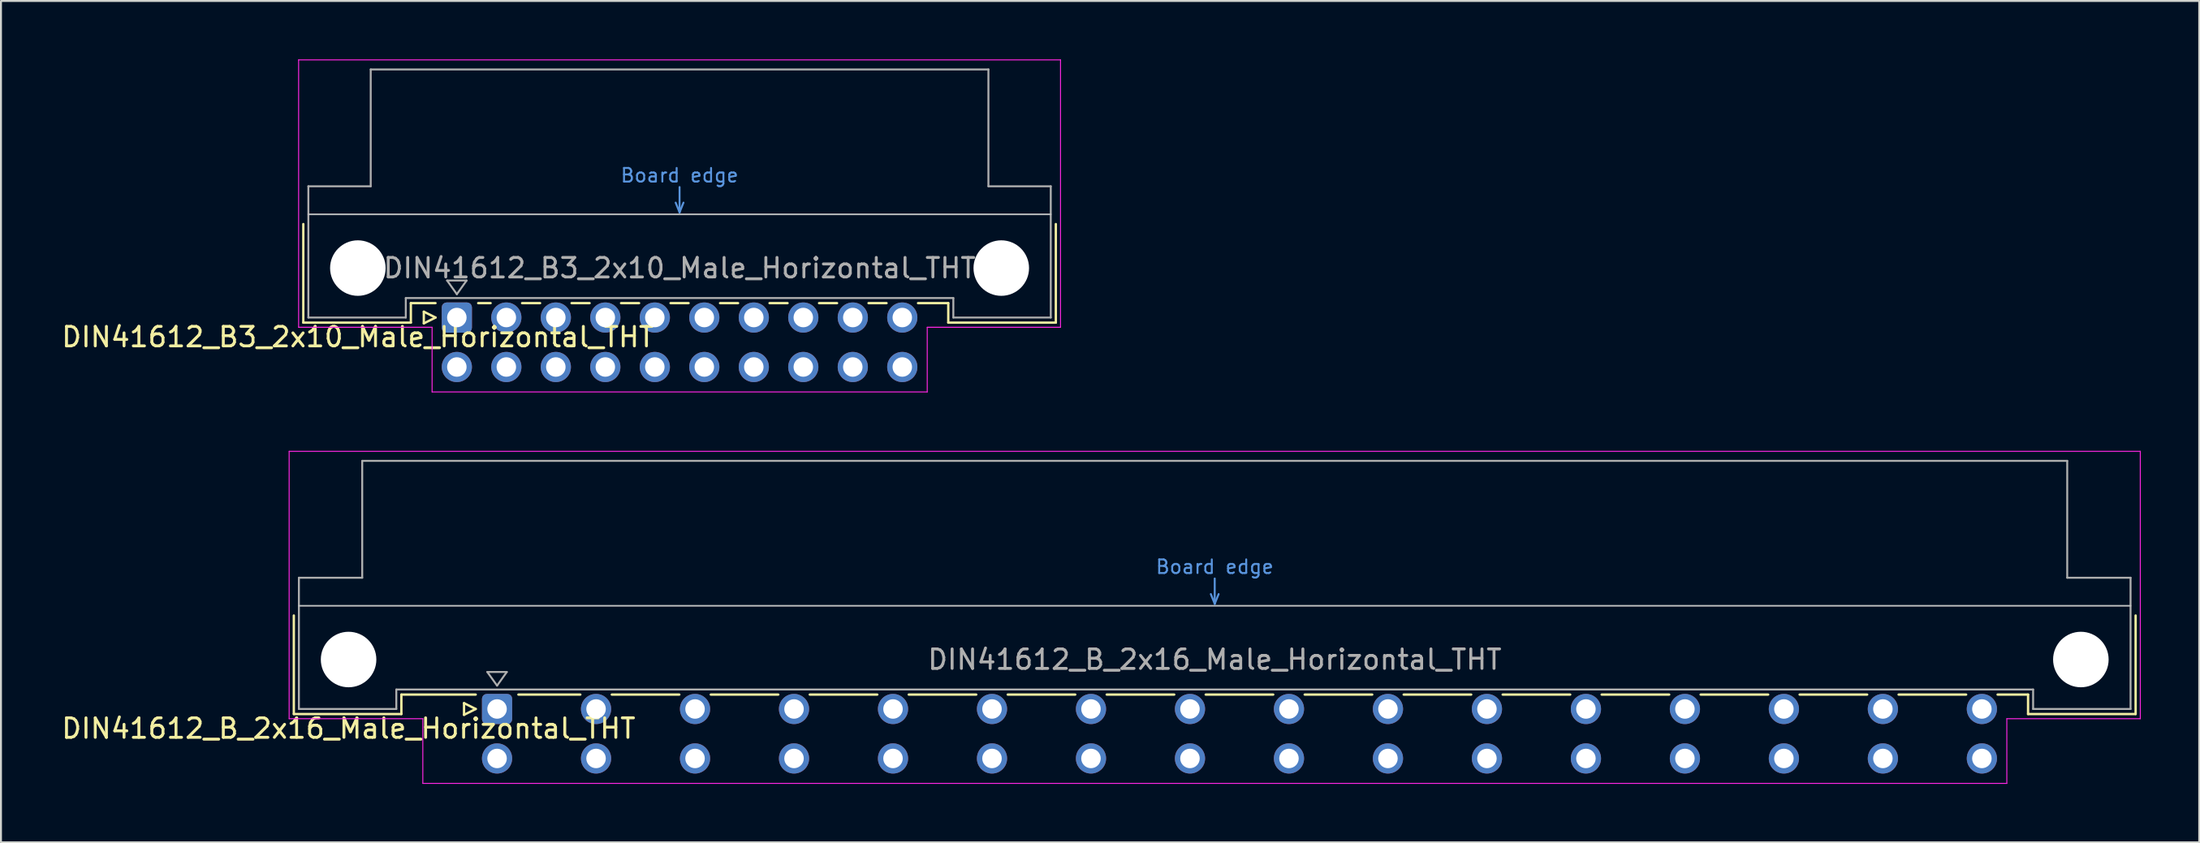
<source format=kicad_pcb>
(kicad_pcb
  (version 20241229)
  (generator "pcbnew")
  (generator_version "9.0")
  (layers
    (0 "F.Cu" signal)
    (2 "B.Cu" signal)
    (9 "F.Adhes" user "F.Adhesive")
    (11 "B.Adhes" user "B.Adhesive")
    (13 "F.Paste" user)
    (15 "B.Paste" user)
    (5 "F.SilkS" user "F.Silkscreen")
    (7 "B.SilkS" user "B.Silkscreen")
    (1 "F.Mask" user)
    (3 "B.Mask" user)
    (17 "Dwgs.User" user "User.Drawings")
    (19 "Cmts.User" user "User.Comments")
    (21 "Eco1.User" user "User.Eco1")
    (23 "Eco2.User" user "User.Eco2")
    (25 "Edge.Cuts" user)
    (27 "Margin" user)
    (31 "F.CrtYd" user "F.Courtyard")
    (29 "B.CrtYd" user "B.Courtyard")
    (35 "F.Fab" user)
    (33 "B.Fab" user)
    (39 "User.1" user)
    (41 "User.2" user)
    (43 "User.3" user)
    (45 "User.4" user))
  (footprint "DIN41612_B_2x16_Male_Horizontal_THT"
    (layer "F.Cu")
    (at 19.919 33.355)
    (property "Reference" "DIN41612_B_2x16_Male_Horizontal_THT" (at -5.08 1 0) (layer "F.SilkS") (effects (font (size 1 1) (thickness 0.15))))
    (attr through_hole)
    (fp_line (start -7.89 -4.8) (end -7.89 0.26) (stroke (width 0.12) (type solid)) (layer "F.SilkS"))
    (fp_line (start -7.89 0.26) (end -2.37 0.26) (stroke (width 0.12) (type solid)) (layer "F.SilkS"))
    (fp_line (start -2.37 -0.74) (end 1.445 -0.74) (stroke (width 0.12) (type solid)) (layer "F.SilkS"))
    (fp_line (start -2.37 0.26) (end -2.37 -0.74) (stroke (width 0.12) (type solid)) (layer "F.SilkS"))
    (fp_line (start 0.845 -0.3) (end 0.845 0.3) (stroke (width 0.12) (type solid)) (layer "F.SilkS"))
    (fp_line (start 0.845 0.3) (end 1.445 0) (stroke (width 0.12) (type solid)) (layer "F.SilkS"))
    (fp_line (start 1.445 0) (end 0.845 -0.3) (stroke (width 0.12) (type solid)) (layer "F.SilkS"))
    (fp_line (start 3.635 -0.74) (end 6.813 -0.74) (stroke (width 0.12) (type solid)) (layer "F.SilkS"))
    (fp_line (start 8.427 -0.74) (end 11.893 -0.74) (stroke (width 0.12) (type solid)) (layer "F.SilkS"))
    (fp_line (start 13.507 -0.74) (end 16.973 -0.74) (stroke (width 0.12) (type solid)) (layer "F.SilkS"))
    (fp_line (start 18.587 -0.74) (end 22.053 -0.74) (stroke (width 0.12) (type solid)) (layer "F.SilkS"))
    (fp_line (start 23.667 -0.74) (end 27.133 -0.74) (stroke (width 0.12) (type solid)) (layer "F.SilkS"))
    (fp_line (start 28.747 -0.74) (end 32.213 -0.74) (stroke (width 0.12) (type solid)) (layer "F.SilkS"))
    (fp_line (start 33.827 -0.74) (end 37.293 -0.74) (stroke (width 0.12) (type solid)) (layer "F.SilkS"))
    (fp_line (start 38.907 -0.74) (end 42.373 -0.74) (stroke (width 0.12) (type solid)) (layer "F.SilkS"))
    (fp_line (start 43.987 -0.74) (end 47.453 -0.74) (stroke (width 0.12) (type solid)) (layer "F.SilkS"))
    (fp_line (start 49.067 -0.74) (end 52.533 -0.74) (stroke (width 0.12) (type solid)) (layer "F.SilkS"))
    (fp_line (start 54.147 -0.74) (end 57.613 -0.74) (stroke (width 0.12) (type solid)) (layer "F.SilkS"))
    (fp_line (start 59.227 -0.74) (end 62.693 -0.74) (stroke (width 0.12) (type solid)) (layer "F.SilkS"))
    (fp_line (start 64.307 -0.74) (end 67.773 -0.74) (stroke (width 0.12) (type solid)) (layer "F.SilkS"))
    (fp_line (start 69.387 -0.74) (end 72.853 -0.74) (stroke (width 0.12) (type solid)) (layer "F.SilkS"))
    (fp_line (start 74.467 -0.74) (end 77.933 -0.74) (stroke (width 0.12) (type solid)) (layer "F.SilkS"))
    (fp_line (start 79.547 -0.74) (end 81.11 -0.74) (stroke (width 0.12) (type solid)) (layer "F.SilkS"))
    (fp_line (start 81.11 0.26) (end 81.11 -0.74) (stroke (width 0.12) (type solid)) (layer "F.SilkS"))
    (fp_line (start 86.63 -4.8) (end 86.63 0.26) (stroke (width 0.12) (type solid)) (layer "F.SilkS"))
    (fp_line (start 86.63 0.26) (end 81.11 0.26) (stroke (width 0.12) (type solid)) (layer "F.SilkS"))
    (fp_line (start -7.63 -5.3) (end 86.37 -5.3) (stroke (width 0.08) (type solid)) (layer "Dwgs.User"))
    (fp_line (start 39.17 -5.9) (end 39.37 -5.4) (stroke (width 0.1) (type solid)) (layer "Cmts.User"))
    (fp_line (start 39.37 -5.4) (end 39.37 -6.7) (stroke (width 0.1) (type solid)) (layer "Cmts.User"))
    (fp_line (start 39.37 -5.4) (end 39.57 -5.9) (stroke (width 0.1) (type solid)) (layer "Cmts.User"))
    (fp_line (start -8.13 -13.23) (end -8.13 0.5) (stroke (width 0.05) (type solid)) (layer "F.CrtYd"))
    (fp_line (start -8.13 0.5) (end -1.27 0.5) (stroke (width 0.05) (type solid)) (layer "F.CrtYd"))
    (fp_line (start -1.27 0.5) (end -1.27 3.82) (stroke (width 0.05) (type solid)) (layer "F.CrtYd"))
    (fp_line (start -1.27 3.82) (end 80.02 3.82) (stroke (width 0.05) (type solid)) (layer "F.CrtYd"))
    (fp_line (start 80.02 0.5) (end 86.87 0.5) (stroke (width 0.05) (type solid)) (layer "F.CrtYd"))
    (fp_line (start 80.02 3.82) (end 80.02 0.5) (stroke (width 0.05) (type solid)) (layer "F.CrtYd"))
    (fp_line (start 86.87 -13.23) (end -8.13 -13.23) (stroke (width 0.05) (type solid)) (layer "F.CrtYd"))
    (fp_line (start 86.87 0.5) (end 86.87 -13.23) (stroke (width 0.05) (type solid)) (layer "F.CrtYd"))
    (fp_line (start -7.63 -6.74) (end -7.63 0) (stroke (width 0.1) (type solid)) (layer "F.Fab"))
    (fp_line (start -7.63 0) (end -2.63 0) (stroke (width 0.1) (type solid)) (layer "F.Fab"))
    (fp_line (start -4.38 -12.74) (end -4.38 -6.74) (stroke (width 0.1) (type solid)) (layer "F.Fab"))
    (fp_line (start -4.38 -6.74) (end -7.63 -6.74) (stroke (width 0.1) (type solid)) (layer "F.Fab"))
    (fp_line (start -2.63 -1) (end 81.37 -1) (stroke (width 0.1) (type solid)) (layer "F.Fab"))
    (fp_line (start -2.63 0) (end -2.63 -1) (stroke (width 0.1) (type solid)) (layer "F.Fab"))
    (fp_line (start 2.04 -1.9) (end 3.04 -1.9) (stroke (width 0.1) (type solid)) (layer "F.Fab"))
    (fp_line (start 2.54 -1.2) (end 2.04 -1.9) (stroke (width 0.1) (type solid)) (layer "F.Fab"))
    (fp_line (start 3.04 -1.9) (end 2.54 -1.2) (stroke (width 0.1) (type solid)) (layer "F.Fab"))
    (fp_line (start 81.37 -1) (end 81.37 0) (stroke (width 0.1) (type solid)) (layer "F.Fab"))
    (fp_line (start 81.37 0) (end 86.37 0) (stroke (width 0.1) (type solid)) (layer "F.Fab"))
    (fp_line (start 83.12 -12.74) (end -4.38 -12.74) (stroke (width 0.1) (type solid)) (layer "F.Fab"))
    (fp_line (start 83.12 -6.74) (end 83.12 -12.74) (stroke (width 0.1) (type solid)) (layer "F.Fab"))
    (fp_line (start 86.37 -6.74) (end 83.12 -6.74) (stroke (width 0.1) (type solid)) (layer "F.Fab"))
    (fp_line (start 86.37 0) (end 86.37 -6.74) (stroke (width 0.1) (type solid)) (layer "F.Fab"))
    (fp_text user "Board edge" (at 39.37 -7.3 0) (layer "Cmts.User") (effects (font (size 0.7 0.7) (thickness 0.1))))
    (fp_text user "${REFERENCE}" (at 39.37 -2.54 0) (layer "F.Fab") (effects (font (size 1 1) (thickness 0.15))))
    (pad "" np_thru_hole circle (at -5.08 -2.54) (size 2.85 2.85) (drill 2.85) (layers "*.Cu" "*.Mask"))
    (pad "" np_thru_hole circle (at 83.82 -2.54) (size 2.85 2.85) (drill 2.85) (layers "*.Cu" "*.Mask"))
    (pad "a2" thru_hole roundrect (at 2.54 0) (size 1.55 1.55) (drill 1) (layers "*.Cu" "*.Mask") (roundrect_rratio 0.161))
    (pad "a4" thru_hole circle (at 7.62 0) (size 1.55 1.55) (drill 1) (layers "*.Cu" "*.Mask"))
    (pad "a6" thru_hole circle (at 12.7 0) (size 1.55 1.55) (drill 1) (layers "*.Cu" "*.Mask"))
    (pad "a8" thru_hole circle (at 17.78 0) (size 1.55 1.55) (drill 1) (layers "*.Cu" "*.Mask"))
    (pad "a10" thru_hole circle (at 22.86 0) (size 1.55 1.55) (drill 1) (layers "*.Cu" "*.Mask"))
    (pad "a12" thru_hole circle (at 27.94 0) (size 1.55 1.55) (drill 1) (layers "*.Cu" "*.Mask"))
    (pad "a14" thru_hole circle (at 33.02 0) (size 1.55 1.55) (drill 1) (layers "*.Cu" "*.Mask"))
    (pad "a16" thru_hole circle (at 38.1 0) (size 1.55 1.55) (drill 1) (layers "*.Cu" "*.Mask"))
    (pad "a18" thru_hole circle (at 43.18 0) (size 1.55 1.55) (drill 1) (layers "*.Cu" "*.Mask"))
    (pad "a20" thru_hole circle (at 48.26 0) (size 1.55 1.55) (drill 1) (layers "*.Cu" "*.Mask"))
    (pad "a22" thru_hole circle (at 53.34 0) (size 1.55 1.55) (drill 1) (layers "*.Cu" "*.Mask"))
    (pad "a24" thru_hole circle (at 58.42 0) (size 1.55 1.55) (drill 1) (layers "*.Cu" "*.Mask"))
    (pad "a26" thru_hole circle (at 63.5 0) (size 1.55 1.55) (drill 1) (layers "*.Cu" "*.Mask"))
    (pad "a28" thru_hole circle (at 68.58 0) (size 1.55 1.55) (drill 1) (layers "*.Cu" "*.Mask"))
    (pad "a30" thru_hole circle (at 73.66 0) (size 1.55 1.55) (drill 1) (layers "*.Cu" "*.Mask"))
    (pad "a32" thru_hole circle (at 78.74 0) (size 1.55 1.55) (drill 1) (layers "*.Cu" "*.Mask"))
    (pad "b2" thru_hole circle (at 2.54 2.54) (size 1.55 1.55) (drill 1) (layers "*.Cu" "*.Mask"))
    (pad "b4" thru_hole circle (at 7.62 2.54) (size 1.55 1.55) (drill 1) (layers "*.Cu" "*.Mask"))
    (pad "b6" thru_hole circle (at 12.7 2.54) (size 1.55 1.55) (drill 1) (layers "*.Cu" "*.Mask"))
    (pad "b8" thru_hole circle (at 17.78 2.54) (size 1.55 1.55) (drill 1) (layers "*.Cu" "*.Mask"))
    (pad "b10" thru_hole circle (at 22.86 2.54) (size 1.55 1.55) (drill 1) (layers "*.Cu" "*.Mask"))
    (pad "b12" thru_hole circle (at 27.94 2.54) (size 1.55 1.55) (drill 1) (layers "*.Cu" "*.Mask"))
    (pad "b14" thru_hole circle (at 33.02 2.54) (size 1.55 1.55) (drill 1) (layers "*.Cu" "*.Mask"))
    (pad "b16" thru_hole circle (at 38.1 2.54) (size 1.55 1.55) (drill 1) (layers "*.Cu" "*.Mask"))
    (pad "b18" thru_hole circle (at 43.18 2.54) (size 1.55 1.55) (drill 1) (layers "*.Cu" "*.Mask"))
    (pad "b20" thru_hole circle (at 48.26 2.54) (size 1.55 1.55) (drill 1) (layers "*.Cu" "*.Mask"))
    (pad "b22" thru_hole circle (at 53.34 2.54) (size 1.55 1.55) (drill 1) (layers "*.Cu" "*.Mask"))
    (pad "b24" thru_hole circle (at 58.42 2.54) (size 1.55 1.55) (drill 1) (layers "*.Cu" "*.Mask"))
    (pad "b26" thru_hole circle (at 63.5 2.54) (size 1.55 1.55) (drill 1) (layers "*.Cu" "*.Mask"))
    (pad "b28" thru_hole circle (at 68.58 2.54) (size 1.55 1.55) (drill 1) (layers "*.Cu" "*.Mask"))
    (pad "b30" thru_hole circle (at 73.66 2.54) (size 1.55 1.55) (drill 1) (layers "*.Cu" "*.Mask"))
    (pad "b32" thru_hole circle (at 78.74 2.54) (size 1.55 1.55) (drill 1) (layers "*.Cu" "*.Mask")))
  (footprint "DIN41612_B3_2x10_Male_Horizontal_THT"
    (layer "F.Cu")
    (at 20.395 13.255)
    (property "Reference" "DIN41612_B3_2x10_Male_Horizontal_THT" (at -5.08 1 0) (layer "F.SilkS") (effects (font (size 1 1) (thickness 0.15))))
    (attr through_hole)
    (fp_line (start -7.88 -4.8) (end -7.88 0.26) (stroke (width 0.12) (type solid)) (layer "F.SilkS"))
    (fp_line (start -7.88 0.26) (end -2.36 0.26) (stroke (width 0.12) (type solid)) (layer "F.SilkS"))
    (fp_line (start -2.36 -0.74) (end -1.095 -0.74) (stroke (width 0.12) (type solid)) (layer "F.SilkS"))
    (fp_line (start -2.36 0.26) (end -2.36 -0.74) (stroke (width 0.12) (type solid)) (layer "F.SilkS"))
    (fp_line (start -1.695 -0.3) (end -1.695 0.3) (stroke (width 0.12) (type solid)) (layer "F.SilkS"))
    (fp_line (start -1.695 0.3) (end -1.095 0) (stroke (width 0.12) (type solid)) (layer "F.SilkS"))
    (fp_line (start -1.095 0) (end -1.695 -0.3) (stroke (width 0.12) (type solid)) (layer "F.SilkS"))
    (fp_line (start 1.095 -0.74) (end 1.733 -0.74) (stroke (width 0.12) (type solid)) (layer "F.SilkS"))
    (fp_line (start 3.347 -0.74) (end 4.273 -0.74) (stroke (width 0.12) (type solid)) (layer "F.SilkS"))
    (fp_line (start 5.887 -0.74) (end 6.813 -0.74) (stroke (width 0.12) (type solid)) (layer "F.SilkS"))
    (fp_line (start 8.427 -0.74) (end 9.353 -0.74) (stroke (width 0.12) (type solid)) (layer "F.SilkS"))
    (fp_line (start 10.967 -0.74) (end 11.893 -0.74) (stroke (width 0.12) (type solid)) (layer "F.SilkS"))
    (fp_line (start 13.507 -0.74) (end 14.433 -0.74) (stroke (width 0.12) (type solid)) (layer "F.SilkS"))
    (fp_line (start 16.047 -0.74) (end 16.973 -0.74) (stroke (width 0.12) (type solid)) (layer "F.SilkS"))
    (fp_line (start 18.587 -0.74) (end 19.513 -0.74) (stroke (width 0.12) (type solid)) (layer "F.SilkS"))
    (fp_line (start 21.127 -0.74) (end 22.053 -0.74) (stroke (width 0.12) (type solid)) (layer "F.SilkS"))
    (fp_line (start 23.667 -0.74) (end 25.22 -0.74) (stroke (width 0.12) (type solid)) (layer "F.SilkS"))
    (fp_line (start 25.22 0.26) (end 25.22 -0.74) (stroke (width 0.12) (type solid)) (layer "F.SilkS"))
    (fp_line (start 30.74 -4.8) (end 30.74 0.26) (stroke (width 0.12) (type solid)) (layer "F.SilkS"))
    (fp_line (start 30.74 0.26) (end 25.22 0.26) (stroke (width 0.12) (type solid)) (layer "F.SilkS"))
    (fp_line (start -7.62 -5.3) (end 30.48 -5.3) (stroke (width 0.08) (type solid)) (layer "Dwgs.User"))
    (fp_line (start 11.23 -5.9) (end 11.43 -5.4) (stroke (width 0.1) (type solid)) (layer "Cmts.User"))
    (fp_line (start 11.43 -5.4) (end 11.43 -6.7) (stroke (width 0.1) (type solid)) (layer "Cmts.User"))
    (fp_line (start 11.43 -5.4) (end 11.63 -5.9) (stroke (width 0.1) (type solid)) (layer "Cmts.User"))
    (fp_line (start -8.12 -13.23) (end -8.12 0.5) (stroke (width 0.05) (type solid)) (layer "F.CrtYd"))
    (fp_line (start -8.12 0.5) (end -1.27 0.5) (stroke (width 0.05) (type solid)) (layer "F.CrtYd"))
    (fp_line (start -1.27 0.5) (end -1.27 3.82) (stroke (width 0.05) (type solid)) (layer "F.CrtYd"))
    (fp_line (start -1.27 3.82) (end 24.14 3.82) (stroke (width 0.05) (type solid)) (layer "F.CrtYd"))
    (fp_line (start 24.14 0.5) (end 30.98 0.5) (stroke (width 0.05) (type solid)) (layer "F.CrtYd"))
    (fp_line (start 24.14 3.82) (end 24.14 0.5) (stroke (width 0.05) (type solid)) (layer "F.CrtYd"))
    (fp_line (start 30.98 -13.23) (end -8.12 -13.23) (stroke (width 0.05) (type solid)) (layer "F.CrtYd"))
    (fp_line (start 30.98 0.5) (end 30.98 -13.23) (stroke (width 0.05) (type solid)) (layer "F.CrtYd"))
    (fp_line (start -7.62 -6.74) (end -7.62 0) (stroke (width 0.1) (type solid)) (layer "F.Fab"))
    (fp_line (start -7.62 0) (end -2.62 0) (stroke (width 0.1) (type solid)) (layer "F.Fab"))
    (fp_line (start -4.42 -12.74) (end -4.42 -6.74) (stroke (width 0.1) (type solid)) (layer "F.Fab"))
    (fp_line (start -4.42 -6.74) (end -7.62 -6.74) (stroke (width 0.1) (type solid)) (layer "F.Fab"))
    (fp_line (start -2.62 -1) (end 25.48 -1) (stroke (width 0.1) (type solid)) (layer "F.Fab"))
    (fp_line (start -2.62 0) (end -2.62 -1) (stroke (width 0.1) (type solid)) (layer "F.Fab"))
    (fp_line (start -0.5 -1.9) (end 0.5 -1.9) (stroke (width 0.1) (type solid)) (layer "F.Fab"))
    (fp_line (start 0 -1.2) (end -0.5 -1.9) (stroke (width 0.1) (type solid)) (layer "F.Fab"))
    (fp_line (start 0.5 -1.9) (end 0 -1.2) (stroke (width 0.1) (type solid)) (layer "F.Fab"))
    (fp_line (start 25.48 -1) (end 25.48 0) (stroke (width 0.1) (type solid)) (layer "F.Fab"))
    (fp_line (start 25.48 0) (end 30.48 0) (stroke (width 0.1) (type solid)) (layer "F.Fab"))
    (fp_line (start 27.28 -12.74) (end -4.42 -12.74) (stroke (width 0.1) (type solid)) (layer "F.Fab"))
    (fp_line (start 27.28 -6.74) (end 27.28 -12.74) (stroke (width 0.1) (type solid)) (layer "F.Fab"))
    (fp_line (start 30.48 -6.74) (end 27.28 -6.74) (stroke (width 0.1) (type solid)) (layer "F.Fab"))
    (fp_line (start 30.48 0) (end 30.48 -6.74) (stroke (width 0.1) (type solid)) (layer "F.Fab"))
    (fp_text user "Board edge" (at 11.43 -7.3 0) (layer "Cmts.User") (effects (font (size 0.7 0.7) (thickness 0.1))))
    (fp_text user "${REFERENCE}" (at 11.43 -2.54 0) (layer "F.Fab") (effects (font (size 1 1) (thickness 0.15))))
    (pad "" np_thru_hole circle (at -5.08 -2.54) (size 2.85 2.85) (drill 2.85) (layers "*.Cu" "*.Mask"))
    (pad "" np_thru_hole circle (at 27.94 -2.54) (size 2.85 2.85) (drill 2.85) (layers "*.Cu" "*.Mask"))
    (pad "a1" thru_hole roundrect (at 0 0) (size 1.55 1.55) (drill 1) (layers "*.Cu" "*.Mask") (roundrect_rratio 0.161))
    (pad "a2" thru_hole circle (at 2.54 0) (size 1.55 1.55) (drill 1) (layers "*.Cu" "*.Mask"))
    (pad "a3" thru_hole circle (at 5.08 0) (size 1.55 1.55) (drill 1) (layers "*.Cu" "*.Mask"))
    (pad "a4" thru_hole circle (at 7.62 0) (size 1.55 1.55) (drill 1) (layers "*.Cu" "*.Mask"))
    (pad "a5" thru_hole circle (at 10.16 0) (size 1.55 1.55) (drill 1) (layers "*.Cu" "*.Mask"))
    (pad "a6" thru_hole circle (at 12.7 0) (size 1.55 1.55) (drill 1) (layers "*.Cu" "*.Mask"))
    (pad "a7" thru_hole circle (at 15.24 0) (size 1.55 1.55) (drill 1) (layers "*.Cu" "*.Mask"))
    (pad "a8" thru_hole circle (at 17.78 0) (size 1.55 1.55) (drill 1) (layers "*.Cu" "*.Mask"))
    (pad "a9" thru_hole circle (at 20.32 0) (size 1.55 1.55) (drill 1) (layers "*.Cu" "*.Mask"))
    (pad "a10" thru_hole circle (at 22.86 0) (size 1.55 1.55) (drill 1) (layers "*.Cu" "*.Mask"))
    (pad "b1" thru_hole circle (at 0 2.54) (size 1.55 1.55) (drill 1) (layers "*.Cu" "*.Mask"))
    (pad "b2" thru_hole circle (at 2.54 2.54) (size 1.55 1.55) (drill 1) (layers "*.Cu" "*.Mask"))
    (pad "b3" thru_hole circle (at 5.08 2.54) (size 1.55 1.55) (drill 1) (layers "*.Cu" "*.Mask"))
    (pad "b4" thru_hole circle (at 7.62 2.54) (size 1.55 1.55) (drill 1) (layers "*.Cu" "*.Mask"))
    (pad "b5" thru_hole circle (at 10.16 2.54) (size 1.55 1.55) (drill 1) (layers "*.Cu" "*.Mask"))
    (pad "b6" thru_hole circle (at 12.7 2.54) (size 1.55 1.55) (drill 1) (layers "*.Cu" "*.Mask"))
    (pad "b7" thru_hole circle (at 15.24 2.54) (size 1.55 1.55) (drill 1) (layers "*.Cu" "*.Mask"))
    (pad "b8" thru_hole circle (at 17.78 2.54) (size 1.55 1.55) (drill 1) (layers "*.Cu" "*.Mask"))
    (pad "b9" thru_hole circle (at 20.32 2.54) (size 1.55 1.55) (drill 1) (layers "*.Cu" "*.Mask"))
    (pad "b10" thru_hole circle (at 22.86 2.54) (size 1.55 1.55) (drill 1) (layers "*.Cu" "*.Mask")))
  (gr_rect
    (start -3 -3)
    (end 109.814 40.2)
    (stroke (width 0.1) (type default))
    (fill no)
    (layer "Edge.Cuts")))
</source>
